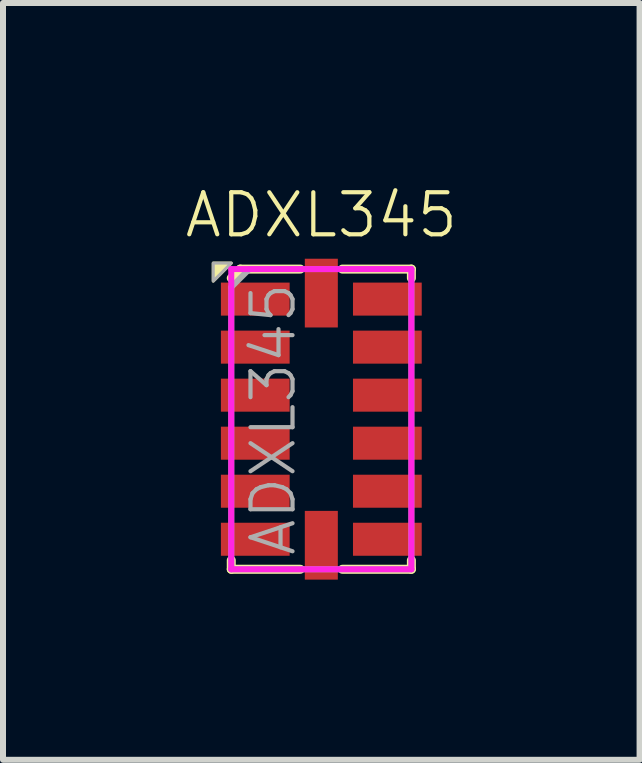
<source format=kicad_pcb>
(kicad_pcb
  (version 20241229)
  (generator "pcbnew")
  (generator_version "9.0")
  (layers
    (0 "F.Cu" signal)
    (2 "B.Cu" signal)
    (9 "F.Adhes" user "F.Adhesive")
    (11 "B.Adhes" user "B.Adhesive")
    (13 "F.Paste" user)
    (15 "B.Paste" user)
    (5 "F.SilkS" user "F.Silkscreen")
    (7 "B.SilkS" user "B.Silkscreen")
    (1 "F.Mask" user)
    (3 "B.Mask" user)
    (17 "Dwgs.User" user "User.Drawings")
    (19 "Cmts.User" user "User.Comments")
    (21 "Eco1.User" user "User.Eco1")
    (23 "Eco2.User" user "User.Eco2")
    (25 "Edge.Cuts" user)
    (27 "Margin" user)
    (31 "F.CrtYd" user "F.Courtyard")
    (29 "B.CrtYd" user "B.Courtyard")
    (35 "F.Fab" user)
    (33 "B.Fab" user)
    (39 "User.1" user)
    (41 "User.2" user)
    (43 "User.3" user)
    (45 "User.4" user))
  (footprint "ADXL345"
    (layer "F.Cu")
    (at 2.302 3.932)
    (property "Reference" "ADXL345" (at 0 -3.4 180) (layer "F.SilkS") (effects (font (size 0.7 0.7) (thickness 0.07))))
    (attr smd)
    (fp_line (start -1.5 2.5) (end -1.5 2.35) (stroke (width 0.15) (type solid)) (layer "F.SilkS"))
    (fp_line (start -1.5 2.5) (end -0.35 2.5) (stroke (width 0.15) (type solid)) (layer "F.SilkS"))
    (fp_line (start -1.35 -2.5) (end -1.5 -2.35) (stroke (width 0.15) (type solid)) (layer "F.SilkS"))
    (fp_line (start -1.35 -2.5) (end -0.35 -2.5) (stroke (width 0.15) (type solid)) (layer "F.SilkS"))
    (fp_line (start 1.5 -2.5) (end 0.35 -2.5) (stroke (width 0.15) (type solid)) (layer "F.SilkS"))
    (fp_line (start 1.5 -2.5) (end 1.5 -2.35) (stroke (width 0.15) (type solid)) (layer "F.SilkS"))
    (fp_line (start 1.5 2.5) (end 0.35 2.5) (stroke (width 0.15) (type solid)) (layer "F.SilkS"))
    (fp_line (start 1.5 2.5) (end 1.5 2.35) (stroke (width 0.15) (type solid)) (layer "F.SilkS"))
    (fp_poly (pts (xy -1.5 -2.6) (xy -1.8 -2.3) (xy -1.8 -2.6)) (stroke (width 0.05) (type solid)) (fill yes) (layer "F.SilkS"))
    (fp_line (start -1.5 -2.5) (end 1.5 -2.5) (stroke (width 0.1) (type solid)) (layer "F.CrtYd"))
    (fp_line (start -1.5 2.5) (end -1.5 -2.5) (stroke (width 0.1) (type solid)) (layer "F.CrtYd"))
    (fp_line (start 1.5 -2.5) (end 1.5 2.5) (stroke (width 0.1) (type solid)) (layer "F.CrtYd"))
    (fp_line (start 1.5 2.5) (end -1.5 2.5) (stroke (width 0.1) (type solid)) (layer "F.CrtYd"))
    (fp_line (start -1.5 2.5) (end -1.5 -2.2) (stroke (width 0.1) (type solid)) (layer "F.Fab"))
    (fp_line (start -1.2 -2.5) (end -1.5 -2.2) (stroke (width 0.1) (type solid)) (layer "F.Fab"))
    (fp_line (start -1.2 -2.5) (end 1.5 -2.5) (stroke (width 0.1) (type solid)) (layer "F.Fab"))
    (fp_line (start 1.5 -2.5) (end 1.5 2.5) (stroke (width 0.1) (type solid)) (layer "F.Fab"))
    (fp_line (start 1.5 2.5) (end -1.5 2.5) (stroke (width 0.1) (type solid)) (layer "F.Fab"))
    (fp_poly (pts (xy -1.5 -2.6) (xy -1.8 -2.6) (xy -1.8 -2.3)) (stroke (width 0.05) (type solid)) (fill no) (layer "F.Fab"))
    (fp_text user "${REFERENCE}" (at -0.8 0 90) (layer "F.Fab") (effects (font (size 0.7 0.7) (thickness 0.07))))
    (pad "1" smd rect (at -1.1 -2) (size 1.145 0.55) (layers "F.Cu" "F.Mask" "F.Paste"))
    (pad "2" smd rect (at -1.1 -1.2) (size 1.145 0.55) (layers "F.Cu" "F.Mask" "F.Paste"))
    (pad "3" smd rect (at -1.1 -0.4) (size 1.145 0.55) (layers "F.Cu" "F.Mask" "F.Paste"))
    (pad "4" smd rect (at -1.1 0.4) (size 1.145 0.55) (layers "F.Cu" "F.Mask" "F.Paste"))
    (pad "5" smd rect (at -1.1 1.2) (size 1.145 0.55) (layers "F.Cu" "F.Mask" "F.Paste"))
    (pad "6" smd rect (at -1.1 2) (size 1.145 0.55) (layers "F.Cu" "F.Mask" "F.Paste"))
    (pad "7" smd rect (at 0 2.1) (size 0.55 1.145) (layers "F.Cu" "F.Mask" "F.Paste"))
    (pad "8" smd rect (at 1.1 2) (size 1.145 0.55) (layers "F.Cu" "F.Mask" "F.Paste"))
    (pad "9" smd rect (at 1.1 1.2) (size 1.145 0.55) (layers "F.Cu" "F.Mask" "F.Paste"))
    (pad "10" smd rect (at 1.1 0.4) (size 1.145 0.55) (layers "F.Cu" "F.Mask" "F.Paste"))
    (pad "11" smd rect (at 1.1 -0.4) (size 1.145 0.55) (layers "F.Cu" "F.Mask" "F.Paste"))
    (pad "12" smd rect (at 1.1 -1.2) (size 1.145 0.55) (layers "F.Cu" "F.Mask" "F.Paste"))
    (pad "13" smd rect (at 1.1 -2) (size 1.145 0.55) (layers "F.Cu" "F.Mask" "F.Paste"))
    (pad "14" smd rect (at 0 -2.1) (size 0.55 1.145) (layers "F.Cu" "F.Mask" "F.Paste")))
  (gr_rect
    (start -3 -3)
    (end 7.603 9.605)
    (stroke (width 0.1) (type default))
    (fill no)
    (layer "Edge.Cuts")))
</source>
